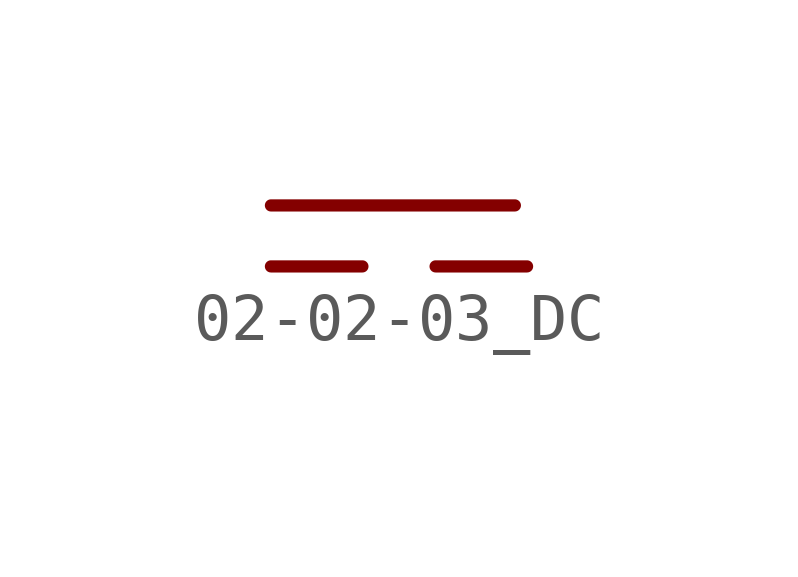
<source format=kicad_sym>
(kicad_symbol_lib
  (version 20200827)
  (generator kicad_symbol_editor)
  (symbol "Symbol_IEC_60617-2:02-02-03_DC"
    (pin_numbers hide)
    (pin_names
      (offset 0) hide)
    (property "Reference" "#SYM"
      (at 0 5.08 0)
      (effects (font (size 1.27 1.27)) hide))
    (symbol "02-02-03_DC_0_1"
      (polyline (pts (xy -2.54 0.635) (xy 2.54 0.635)) (stroke (width 0.254)) (fill (type none)))
      (polyline (pts (xy -2.54 -0.635) (xy -0.635 -0.635)) (stroke (width 0.254)) (fill (type none)))
      (polyline (pts (xy 0.889 -0.635) (xy 2.794 -0.635)) (stroke (width 0.254)) (fill (type none))))))
</source>
